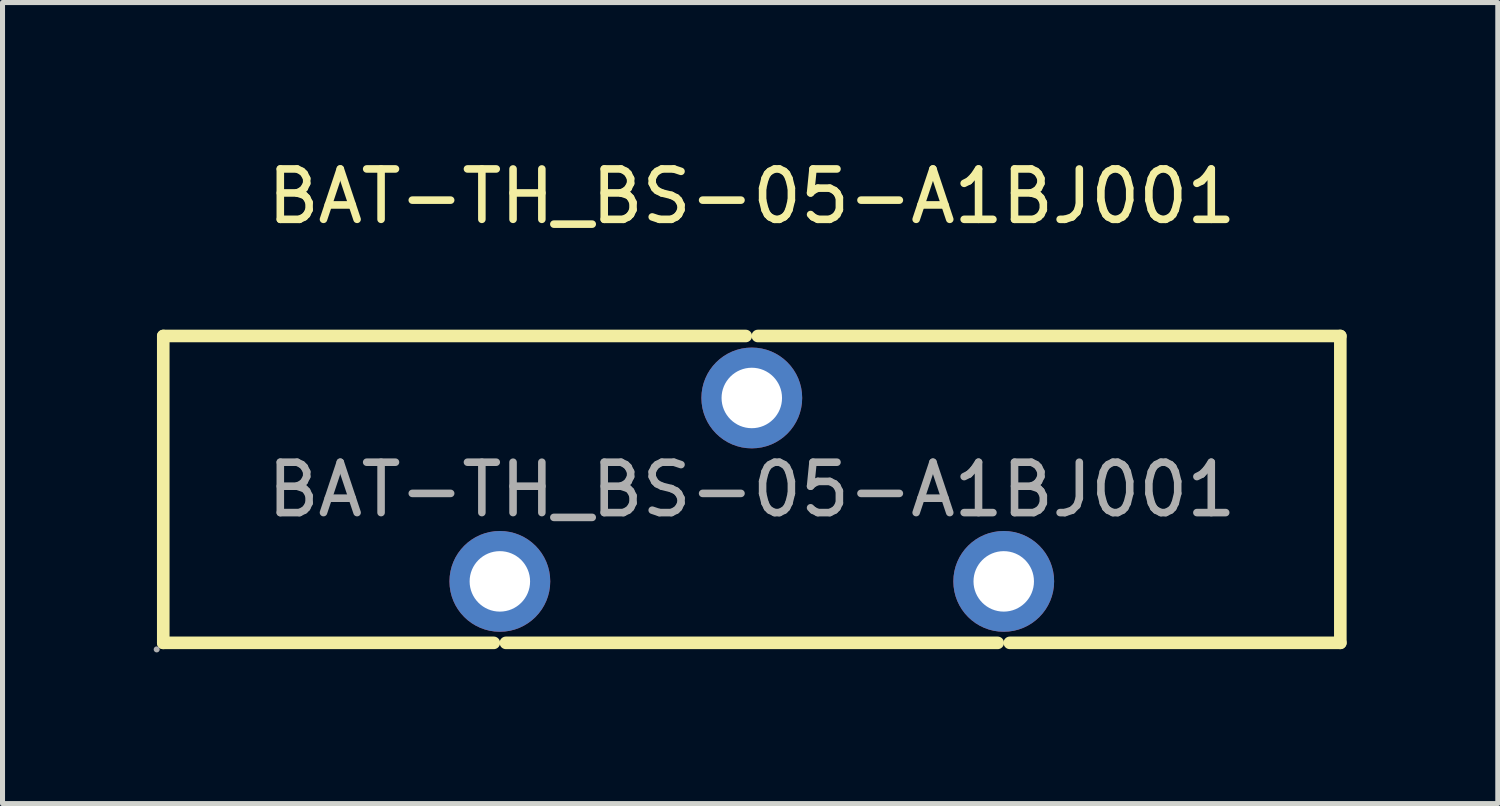
<source format=kicad_pcb>
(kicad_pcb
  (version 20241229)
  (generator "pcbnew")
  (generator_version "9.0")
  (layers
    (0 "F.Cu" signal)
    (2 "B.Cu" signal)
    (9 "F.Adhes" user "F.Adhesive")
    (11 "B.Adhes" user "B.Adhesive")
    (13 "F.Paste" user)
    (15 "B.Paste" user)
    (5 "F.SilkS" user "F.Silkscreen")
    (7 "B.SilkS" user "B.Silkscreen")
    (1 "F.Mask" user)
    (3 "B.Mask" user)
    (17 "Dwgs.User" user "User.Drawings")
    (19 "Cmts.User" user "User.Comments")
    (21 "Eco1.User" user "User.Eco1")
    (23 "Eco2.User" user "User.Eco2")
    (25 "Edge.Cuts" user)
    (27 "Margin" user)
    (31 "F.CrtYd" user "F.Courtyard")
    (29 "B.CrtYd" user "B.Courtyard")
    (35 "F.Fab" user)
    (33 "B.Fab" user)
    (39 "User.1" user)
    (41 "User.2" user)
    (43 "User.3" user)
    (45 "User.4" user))
  (footprint "BAT-TH_BS-05-A1BJ001"
    (layer "F.Cu")
    (at 11.87 6.668)
    (property "Reference" "BAT-TH_BS-05-A1BJ001" (at 0 -5.82 0) (layer "F.SilkS") (effects (font (size 1 1) (thickness 0.15))))
    (attr smd)
    (fp_line (start -11.68 -3.05) (end -11.68 3.04) (stroke (width 0.25) (type solid)) (layer "F.SilkS"))
    (fp_line (start -11.68 3.04) (end -5.12 3.04) (stroke (width 0.25) (type solid)) (layer "F.SilkS"))
    (fp_line (start -4.88 3.04) (end 4.88 3.04) (stroke (width 0.25) (type solid)) (layer "F.SilkS"))
    (fp_line (start -0.12 -3.05) (end -11.68 -3.05) (stroke (width 0.25) (type solid)) (layer "F.SilkS"))
    (fp_line (start 5.12 3.04) (end 11.68 3.04) (stroke (width 0.25) (type solid)) (layer "F.SilkS"))
    (fp_line (start 11.68 -3.05) (end 0.12 -3.05) (stroke (width 0.25) (type solid)) (layer "F.SilkS"))
    (fp_line (start 11.68 3.04) (end 11.68 -3.05) (stroke (width 0.25) (type solid)) (layer "F.SilkS"))
    (fp_circle (center -11.81 3.17) (end -11.78 3.17) (stroke (width 0.06) (type solid)) (fill no) (layer "F.Fab"))
    (fp_circle (center -5 1.82) (end -4.75 1.82) (stroke (width 0.5) (type solid)) (fill no) (layer "F.Fab"))
    (fp_circle (center 0 -1.82) (end 0.25 -1.82) (stroke (width 0.5) (type solid)) (fill no) (layer "F.Fab"))
    (fp_circle (center 5 1.82) (end 5.25 1.82) (stroke (width 0.5) (type solid)) (fill no) (layer "F.Fab"))
    (fp_text user "${REFERENCE}" (at 0 0 0) (layer "F.Fab") (effects (font (size 1 1) (thickness 0.15))))
    (pad "1" thru_hole circle (at -5 1.82) (size 2 2) (drill 1.2) (layers "*.Cu" "*.Paste" "*.Mask"))
    (pad "1" thru_hole circle (at 5 1.82) (size 2 2) (drill 1.2) (layers "*.Cu" "*.Paste" "*.Mask"))
    (pad "2" thru_hole circle (at 0 -1.82) (size 2 2) (drill 1.2) (layers "*.Cu" "*.Paste" "*.Mask")))
  (gr_rect
    (start -3 -3)
    (end 26.675 12.898)
    (stroke (width 0.1) (type default))
    (fill no)
    (layer "Edge.Cuts")))
</source>
